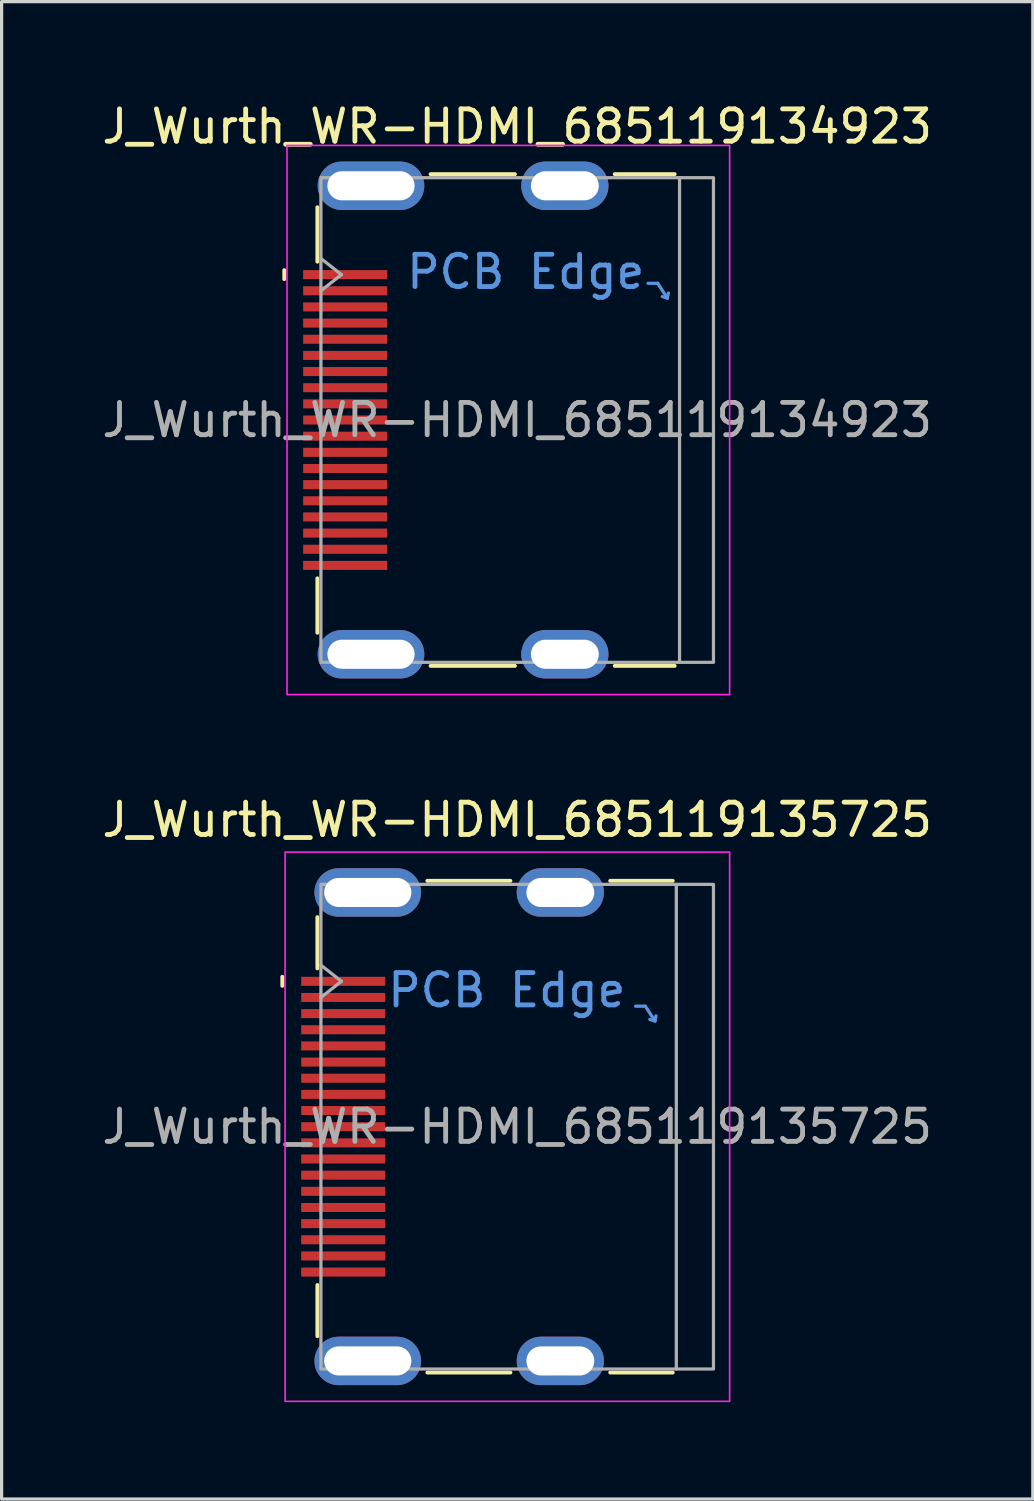
<source format=kicad_pcb>
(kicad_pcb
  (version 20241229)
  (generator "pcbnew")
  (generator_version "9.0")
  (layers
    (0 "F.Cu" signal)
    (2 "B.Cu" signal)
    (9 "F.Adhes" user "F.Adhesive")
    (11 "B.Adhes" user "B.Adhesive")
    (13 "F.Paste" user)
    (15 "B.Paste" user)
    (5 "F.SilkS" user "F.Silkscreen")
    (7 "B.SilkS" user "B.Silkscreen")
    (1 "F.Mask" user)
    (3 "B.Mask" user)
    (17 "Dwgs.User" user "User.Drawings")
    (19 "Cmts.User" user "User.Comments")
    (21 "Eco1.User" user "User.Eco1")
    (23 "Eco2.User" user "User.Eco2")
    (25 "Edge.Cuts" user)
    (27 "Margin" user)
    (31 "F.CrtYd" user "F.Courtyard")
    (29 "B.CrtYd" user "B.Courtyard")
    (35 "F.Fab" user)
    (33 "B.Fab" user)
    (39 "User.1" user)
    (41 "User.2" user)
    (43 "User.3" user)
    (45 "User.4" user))
  (footprint "J_Wurth_WR-HDMI_685119134923"
    (layer "F.Cu")
    (at 12.958 9.95)
    (property "Reference" "J_Wurth_WR-HDMI_685119134923" (at 0 -8.5 0) (unlocked yes) (layer "F.SilkS") (effects (font (size 1 1) (thickness 0.15)) (justify bottom)))
    (attr smd)
    (fp_line (start -7.21 -4.36) (end -7.21 -4.64) (stroke (width 0.12) (type solid)) (layer "F.SilkS"))
    (fp_line (start -6.185 -4.9) (end -6.185 -6.585) (stroke (width 0.12) (type solid)) (layer "F.SilkS"))
    (fp_line (start -6.185 6.585) (end -6.185 4.9) (stroke (width 0.12) (type solid)) (layer "F.SilkS"))
    (fp_line (start -2.681 -7.61) (end -0.069 -7.61) (stroke (width 0.12) (type solid)) (layer "F.SilkS"))
    (fp_line (start -2.681 7.61) (end -0.069 7.61) (stroke (width 0.12) (type solid)) (layer "F.SilkS"))
    (fp_line (start 3.019 7.61) (end 4.875 7.61) (stroke (width 0.12) (type solid)) (layer "F.SilkS"))
    (fp_line (start 4.875 -7.61) (end 3.019 -7.61) (stroke (width 0.12) (type solid)) (layer "F.SilkS"))
    (fp_line (start 4.05 -4.23) (end 4.35 -4.23) (stroke (width 0.1) (type solid)) (layer "Cmts.User"))
    (fp_line (start 4.35 -4.23) (end 4.65 -3.77) (stroke (width 0.1) (type solid)) (layer "Cmts.User"))
    (fp_line (start 4.65 -3.78) (end 4.68 -3.93) (stroke (width 0.1) (type solid)) (layer "Cmts.User"))
    (fp_line (start 4.65 -3.77) (end 4.49 -3.82) (stroke (width 0.1) (type solid)) (layer "Cmts.User"))
    (fp_rect (start -7.125 -8.5) (end 6.575 8.5) (stroke (width 0.05) (type solid)) (fill no) (layer "F.CrtYd"))
    (fp_line (start -6.075 -4) (end -5.44 -4.5) (stroke (width 0.1) (type default)) (layer "F.Fab"))
    (fp_line (start -5.44 -4.5) (end -6.075 -5) (stroke (width 0.1) (type default)) (layer "F.Fab"))
    (fp_line (start 5.025 -7.5) (end 5.025 7.5) (stroke (width 0.1) (type solid)) (layer "F.Fab"))
    (fp_rect (start -6.075 -7.5) (end 6.075 7.5) (stroke (width 0.1) (type solid)) (fill no) (layer "F.Fab"))
    (fp_text user "PCB Edge" (at -3.5 -4 0) (unlocked yes) (layer "Cmts.User") (effects (font (size 1 1) (thickness 0.15)) (justify left bottom)))
    (fp_text user "${REFERENCE}" (at 0 0 0) (unlocked yes) (layer "F.Fab") (effects (font (size 1 1) (thickness 0.15))))
    (pad "1" smd rect (at -5.325 -4.5 270) (size 0.28 2.6) (layers "F.Cu" "F.Mask" "F.Paste"))
    (pad "2" smd rect (at -5.325 -4 270) (size 0.28 2.6) (layers "F.Cu" "F.Mask" "F.Paste"))
    (pad "3" smd rect (at -5.325 -3.5 270) (size 0.28 2.6) (layers "F.Cu" "F.Mask" "F.Paste"))
    (pad "4" smd rect (at -5.325 -3 270) (size 0.28 2.6) (layers "F.Cu" "F.Mask" "F.Paste"))
    (pad "5" smd rect (at -5.325 -2.5 270) (size 0.28 2.6) (layers "F.Cu" "F.Mask" "F.Paste"))
    (pad "6" smd rect (at -5.325 -2 270) (size 0.28 2.6) (layers "F.Cu" "F.Mask" "F.Paste"))
    (pad "7" smd rect (at -5.325 -1.5 270) (size 0.28 2.6) (layers "F.Cu" "F.Mask" "F.Paste"))
    (pad "8" smd rect (at -5.325 -1 270) (size 0.28 2.6) (layers "F.Cu" "F.Mask" "F.Paste"))
    (pad "9" smd rect (at -5.325 -0.5 270) (size 0.28 2.6) (layers "F.Cu" "F.Mask" "F.Paste"))
    (pad "10" smd rect (at -5.325 0 270) (size 0.28 2.6) (layers "F.Cu" "F.Mask" "F.Paste"))
    (pad "11" smd rect (at -5.325 0.5 270) (size 0.28 2.6) (layers "F.Cu" "F.Mask" "F.Paste"))
    (pad "12" smd rect (at -5.325 1 270) (size 0.28 2.6) (layers "F.Cu" "F.Mask" "F.Paste"))
    (pad "13" smd rect (at -5.325 1.5 270) (size 0.28 2.6) (layers "F.Cu" "F.Mask" "F.Paste"))
    (pad "14" smd rect (at -5.325 2 270) (size 0.28 2.6) (layers "F.Cu" "F.Mask" "F.Paste"))
    (pad "15" smd rect (at -5.325 2.5 270) (size 0.28 2.6) (layers "F.Cu" "F.Mask" "F.Paste"))
    (pad "16" smd rect (at -5.325 3 270) (size 0.28 2.6) (layers "F.Cu" "F.Mask" "F.Paste"))
    (pad "17" smd rect (at -5.325 3.5 270) (size 0.28 2.6) (layers "F.Cu" "F.Mask" "F.Paste"))
    (pad "18" smd rect (at -5.325 4 270) (size 0.28 2.6) (layers "F.Cu" "F.Mask" "F.Paste"))
    (pad "19" smd rect (at -5.325 4.5 270) (size 0.28 2.6) (layers "F.Cu" "F.Mask" "F.Paste"))
    (pad "S1" thru_hole oval (at -4.525 -7.25 180) (size 3.3 1.5) (drill oval 2.7 0.9) (layers "*.Cu" "*.Mask"))
    (pad "S2" thru_hole oval (at -4.525 7.25 180) (size 3.3 1.5) (drill oval 2.7 0.9) (layers "*.Cu" "*.Mask"))
    (pad "S3" thru_hole oval (at 1.475 7.25 180) (size 2.7 1.5) (drill oval 2.1 0.9) (layers "*.Cu" "*.Mask"))
    (pad "S4" thru_hole oval (at 1.475 -7.25 180) (size 2.7 1.5) (drill oval 2.1 0.9) (layers "*.Cu" "*.Mask")))
  (footprint "J_Wurth_WR-HDMI_685119135725"
    (layer "F.Cu")
    (at 12.958 31.823)
    (property "Reference" "J_Wurth_WR-HDMI_685119135725" (at 0 -9.5 0) (unlocked yes) (layer "F.SilkS") (effects (font (size 1 1) (thickness 0.15))))
    (attr smd)
    (fp_line (start -7.27 -4.36) (end -7.27 -4.64) (stroke (width 0.12) (type solid)) (layer "F.SilkS"))
    (fp_line (start -6.185 -4.9) (end -6.185 -6.485) (stroke (width 0.12) (type solid)) (layer "F.SilkS"))
    (fp_line (start -6.185 6.485) (end -6.185 4.9) (stroke (width 0.12) (type solid)) (layer "F.SilkS"))
    (fp_line (start -2.781 -7.61) (end -0.209 -7.61) (stroke (width 0.12) (type solid)) (layer "F.SilkS"))
    (fp_line (start -2.781 7.61) (end -0.209 7.61) (stroke (width 0.12) (type solid)) (layer "F.SilkS"))
    (fp_line (start 2.879 7.61) (end 4.815 7.61) (stroke (width 0.12) (type solid)) (layer "F.SilkS"))
    (fp_line (start 4.815 -7.61) (end 2.879 -7.61) (stroke (width 0.12) (type solid)) (layer "F.SilkS"))
    (fp_line (start 3.665 -3.73) (end 3.965 -3.73) (stroke (width 0.1) (type solid)) (layer "Cmts.User"))
    (fp_line (start 3.965 -3.73) (end 4.265 -3.27) (stroke (width 0.1) (type solid)) (layer "Cmts.User"))
    (fp_line (start 4.265 -3.28) (end 4.295 -3.43) (stroke (width 0.1) (type solid)) (layer "Cmts.User"))
    (fp_line (start 4.265 -3.27) (end 4.105 -3.32) (stroke (width 0.1) (type solid)) (layer "Cmts.User"))
    (fp_rect (start -7.185 -8.5) (end 6.575 8.5) (stroke (width 0.05) (type solid)) (fill no) (layer "F.CrtYd"))
    (fp_line (start -6.075 -4) (end -5.44 -4.5) (stroke (width 0.1) (type default)) (layer "F.Fab"))
    (fp_line (start -5.44 -4.5) (end -6.075 -5) (stroke (width 0.1) (type default)) (layer "F.Fab"))
    (fp_line (start 4.925 -7.5) (end 4.925 7.5) (stroke (width 0.1) (type solid)) (layer "F.Fab"))
    (fp_rect (start -6.075 -7.5) (end 6.075 7.5) (stroke (width 0.1) (type solid)) (fill no) (layer "F.Fab"))
    (fp_text user "PCB Edge" (at -4.085 -3.64 0) (unlocked yes) (layer "Cmts.User") (effects (font (size 1 1) (thickness 0.15)) (justify left bottom)))
    (fp_text user "${REFERENCE}" (at 0 0 0) (unlocked yes) (layer "F.Fab") (effects (font (size 1 1) (thickness 0.15))))
    (pad "1" smd rect (at -5.385 -4.5 270) (size 0.28 2.6) (layers "F.Cu" "F.Mask" "F.Paste"))
    (pad "2" smd rect (at -5.385 -4 270) (size 0.28 2.6) (layers "F.Cu" "F.Mask" "F.Paste"))
    (pad "3" smd rect (at -5.385 -3.5 270) (size 0.28 2.6) (layers "F.Cu" "F.Mask" "F.Paste"))
    (pad "4" smd rect (at -5.385 -3 270) (size 0.28 2.6) (layers "F.Cu" "F.Mask" "F.Paste"))
    (pad "5" smd rect (at -5.385 -2.5 270) (size 0.28 2.6) (layers "F.Cu" "F.Mask" "F.Paste"))
    (pad "6" smd rect (at -5.385 -2 270) (size 0.28 2.6) (layers "F.Cu" "F.Mask" "F.Paste"))
    (pad "7" smd rect (at -5.385 -1.5 270) (size 0.28 2.6) (layers "F.Cu" "F.Mask" "F.Paste"))
    (pad "8" smd rect (at -5.385 -1 270) (size 0.28 2.6) (layers "F.Cu" "F.Mask" "F.Paste"))
    (pad "9" smd rect (at -5.385 -0.5 270) (size 0.28 2.6) (layers "F.Cu" "F.Mask" "F.Paste"))
    (pad "10" smd rect (at -5.385 0 270) (size 0.28 2.6) (layers "F.Cu" "F.Mask" "F.Paste"))
    (pad "11" smd rect (at -5.385 0.5 270) (size 0.28 2.6) (layers "F.Cu" "F.Mask" "F.Paste"))
    (pad "12" smd rect (at -5.385 1 270) (size 0.28 2.6) (layers "F.Cu" "F.Mask" "F.Paste"))
    (pad "13" smd rect (at -5.385 1.5 270) (size 0.28 2.6) (layers "F.Cu" "F.Mask" "F.Paste"))
    (pad "14" smd rect (at -5.385 2 270) (size 0.28 2.6) (layers "F.Cu" "F.Mask" "F.Paste"))
    (pad "15" smd rect (at -5.385 2.5 270) (size 0.28 2.6) (layers "F.Cu" "F.Mask" "F.Paste"))
    (pad "16" smd rect (at -5.385 3 270) (size 0.28 2.6) (layers "F.Cu" "F.Mask" "F.Paste"))
    (pad "17" smd rect (at -5.385 3.5 270) (size 0.28 2.6) (layers "F.Cu" "F.Mask" "F.Paste"))
    (pad "18" smd rect (at -5.385 4 270) (size 0.28 2.6) (layers "F.Cu" "F.Mask" "F.Paste"))
    (pad "19" smd rect (at -5.385 4.5 270) (size 0.28 2.6) (layers "F.Cu" "F.Mask" "F.Paste"))
    (pad "S1" thru_hole oval (at -4.625 -7.25 180) (size 3.3 1.5) (drill oval 2.7 0.9) (layers "*.Cu" "*.Mask"))
    (pad "S2" thru_hole oval (at -4.625 7.25 180) (size 3.3 1.5) (drill oval 2.7 0.9) (layers "*.Cu" "*.Mask"))
    (pad "S3" thru_hole oval (at 1.335 7.25 180) (size 2.7 1.5) (drill oval 2.1 0.9) (layers "*.Cu" "*.Mask"))
    (pad "S4" thru_hole oval (at 1.335 -7.25 180) (size 2.7 1.5) (drill oval 2.1 0.9) (layers "*.Cu" "*.Mask")))
  (gr_rect
    (start -3 -3)
    (end 28.917 43.348)
    (stroke (width 0.1) (type default))
    (fill no)
    (layer "Edge.Cuts")))
</source>
